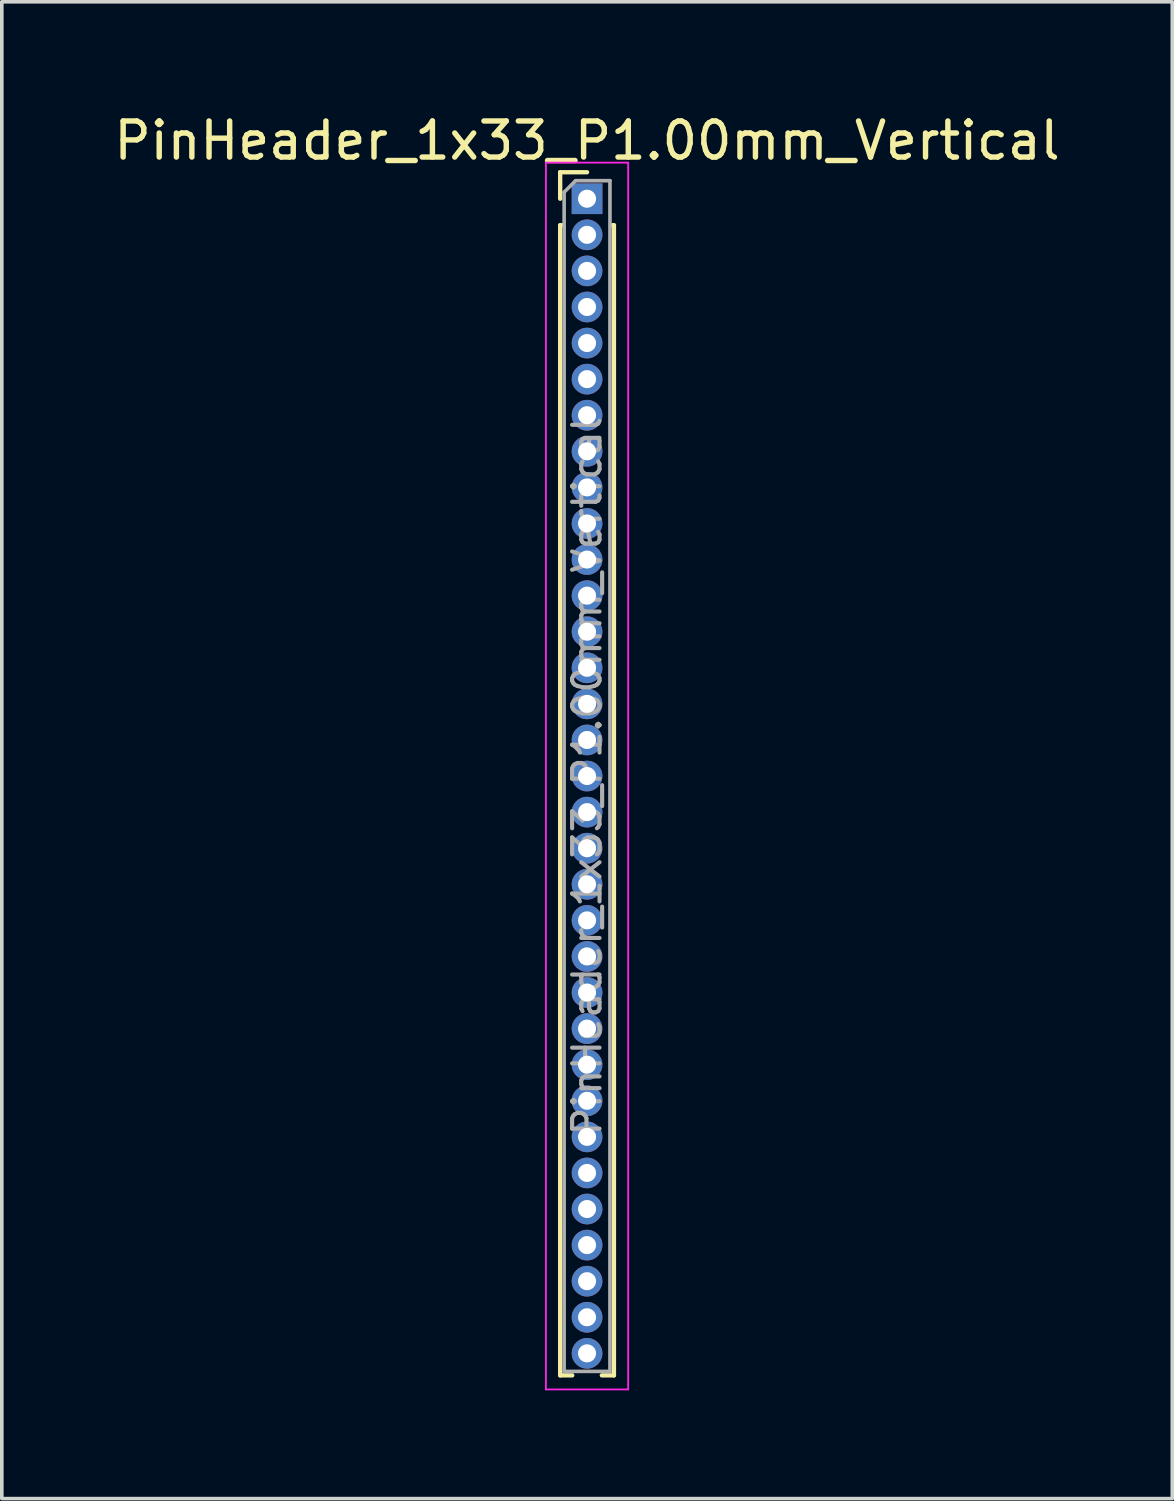
<source format=kicad_pcb>
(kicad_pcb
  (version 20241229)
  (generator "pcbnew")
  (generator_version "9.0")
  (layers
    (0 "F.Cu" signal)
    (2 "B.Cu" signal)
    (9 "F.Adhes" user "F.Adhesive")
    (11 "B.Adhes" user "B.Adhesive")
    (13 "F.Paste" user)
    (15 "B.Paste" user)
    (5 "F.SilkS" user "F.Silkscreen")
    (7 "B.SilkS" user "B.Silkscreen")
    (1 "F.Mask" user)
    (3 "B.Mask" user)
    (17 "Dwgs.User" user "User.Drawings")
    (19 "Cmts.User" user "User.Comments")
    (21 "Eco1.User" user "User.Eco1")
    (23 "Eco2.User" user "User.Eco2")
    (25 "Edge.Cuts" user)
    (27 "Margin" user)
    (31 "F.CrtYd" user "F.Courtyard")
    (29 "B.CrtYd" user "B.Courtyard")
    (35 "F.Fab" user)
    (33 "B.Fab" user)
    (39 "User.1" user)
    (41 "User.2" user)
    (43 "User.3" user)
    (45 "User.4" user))
  (footprint "PinHeader_1x33_P1.00mm_Vertical"
    (layer "F.Cu")
    (at 13.22 2.458)
    (property "Reference" "PinHeader_1x33_P1.00mm_Vertical" (at 0 -1.61 0) (layer "F.SilkS") (effects (font (size 1 1) (thickness 0.15))))
    (attr through_hole)
    (fp_line (start -0.745 -0.735) (end 0 -0.735) (stroke (width 0.12) (type solid)) (layer "F.SilkS"))
    (fp_line (start -0.745 0) (end -0.745 -0.735) (stroke (width 0.12) (type solid)) (layer "F.SilkS"))
    (fp_line (start -0.745 0.735) (end -0.745 32.61) (stroke (width 0.12) (type solid)) (layer "F.SilkS"))
    (fp_line (start -0.745 0.735) (end -0.686 0.735) (stroke (width 0.12) (type solid)) (layer "F.SilkS"))
    (fp_line (start -0.745 32.61) (end -0.41 32.61) (stroke (width 0.12) (type solid)) (layer "F.SilkS"))
    (fp_line (start 0.41 32.61) (end 0.745 32.61) (stroke (width 0.12) (type solid)) (layer "F.SilkS"))
    (fp_line (start 0.686 0.735) (end 0.745 0.735) (stroke (width 0.12) (type solid)) (layer "F.SilkS"))
    (fp_line (start 0.745 0.735) (end 0.745 32.61) (stroke (width 0.12) (type solid)) (layer "F.SilkS"))
    (fp_line (start -1.14 -1) (end -1.14 33) (stroke (width 0.05) (type solid)) (layer "F.CrtYd"))
    (fp_line (start -1.14 33) (end 1.14 33) (stroke (width 0.05) (type solid)) (layer "F.CrtYd"))
    (fp_line (start 1.14 -1) (end -1.14 -1) (stroke (width 0.05) (type solid)) (layer "F.CrtYd"))
    (fp_line (start 1.14 33) (end 1.14 -1) (stroke (width 0.05) (type solid)) (layer "F.CrtYd"))
    (fp_line (start -0.635 -0.182) (end -0.318 -0.5) (stroke (width 0.1) (type solid)) (layer "F.Fab"))
    (fp_line (start -0.635 32.5) (end -0.635 -0.182) (stroke (width 0.1) (type solid)) (layer "F.Fab"))
    (fp_line (start -0.318 -0.5) (end 0.635 -0.5) (stroke (width 0.1) (type solid)) (layer "F.Fab"))
    (fp_line (start 0.635 -0.5) (end 0.635 32.5) (stroke (width 0.1) (type solid)) (layer "F.Fab"))
    (fp_line (start 0.635 32.5) (end -0.635 32.5) (stroke (width 0.1) (type solid)) (layer "F.Fab"))
    (fp_text user "${REFERENCE}" (at 0 16 90) (layer "F.Fab") (effects (font (size 0.76 0.76) (thickness 0.114))))
    (pad "1" thru_hole rect (at 0 0) (size 0.85 0.85) (drill 0.5) (layers "*.Cu" "*.Mask"))
    (pad "2" thru_hole circle (at 0 1) (size 0.85 0.85) (drill 0.5) (layers "*.Cu" "*.Mask"))
    (pad "3" thru_hole circle (at 0 2) (size 0.85 0.85) (drill 0.5) (layers "*.Cu" "*.Mask"))
    (pad "4" thru_hole circle (at 0 3) (size 0.85 0.85) (drill 0.5) (layers "*.Cu" "*.Mask"))
    (pad "5" thru_hole circle (at 0 4) (size 0.85 0.85) (drill 0.5) (layers "*.Cu" "*.Mask"))
    (pad "6" thru_hole circle (at 0 5) (size 0.85 0.85) (drill 0.5) (layers "*.Cu" "*.Mask"))
    (pad "7" thru_hole circle (at 0 6) (size 0.85 0.85) (drill 0.5) (layers "*.Cu" "*.Mask"))
    (pad "8" thru_hole circle (at 0 7) (size 0.85 0.85) (drill 0.5) (layers "*.Cu" "*.Mask"))
    (pad "9" thru_hole circle (at 0 8) (size 0.85 0.85) (drill 0.5) (layers "*.Cu" "*.Mask"))
    (pad "10" thru_hole circle (at 0 9) (size 0.85 0.85) (drill 0.5) (layers "*.Cu" "*.Mask"))
    (pad "11" thru_hole circle (at 0 10) (size 0.85 0.85) (drill 0.5) (layers "*.Cu" "*.Mask"))
    (pad "12" thru_hole circle (at 0 11) (size 0.85 0.85) (drill 0.5) (layers "*.Cu" "*.Mask"))
    (pad "13" thru_hole circle (at 0 12) (size 0.85 0.85) (drill 0.5) (layers "*.Cu" "*.Mask"))
    (pad "14" thru_hole circle (at 0 13) (size 0.85 0.85) (drill 0.5) (layers "*.Cu" "*.Mask"))
    (pad "15" thru_hole circle (at 0 14) (size 0.85 0.85) (drill 0.5) (layers "*.Cu" "*.Mask"))
    (pad "16" thru_hole circle (at 0 15) (size 0.85 0.85) (drill 0.5) (layers "*.Cu" "*.Mask"))
    (pad "17" thru_hole circle (at 0 16) (size 0.85 0.85) (drill 0.5) (layers "*.Cu" "*.Mask"))
    (pad "18" thru_hole circle (at 0 17) (size 0.85 0.85) (drill 0.5) (layers "*.Cu" "*.Mask"))
    (pad "19" thru_hole circle (at 0 18) (size 0.85 0.85) (drill 0.5) (layers "*.Cu" "*.Mask"))
    (pad "20" thru_hole circle (at 0 19) (size 0.85 0.85) (drill 0.5) (layers "*.Cu" "*.Mask"))
    (pad "21" thru_hole circle (at 0 20) (size 0.85 0.85) (drill 0.5) (layers "*.Cu" "*.Mask"))
    (pad "22" thru_hole circle (at 0 21) (size 0.85 0.85) (drill 0.5) (layers "*.Cu" "*.Mask"))
    (pad "23" thru_hole circle (at 0 22) (size 0.85 0.85) (drill 0.5) (layers "*.Cu" "*.Mask"))
    (pad "24" thru_hole circle (at 0 23) (size 0.85 0.85) (drill 0.5) (layers "*.Cu" "*.Mask"))
    (pad "25" thru_hole circle (at 0 24) (size 0.85 0.85) (drill 0.5) (layers "*.Cu" "*.Mask"))
    (pad "26" thru_hole circle (at 0 25) (size 0.85 0.85) (drill 0.5) (layers "*.Cu" "*.Mask"))
    (pad "27" thru_hole circle (at 0 26) (size 0.85 0.85) (drill 0.5) (layers "*.Cu" "*.Mask"))
    (pad "28" thru_hole circle (at 0 27) (size 0.85 0.85) (drill 0.5) (layers "*.Cu" "*.Mask"))
    (pad "29" thru_hole circle (at 0 28) (size 0.85 0.85) (drill 0.5) (layers "*.Cu" "*.Mask"))
    (pad "30" thru_hole circle (at 0 29) (size 0.85 0.85) (drill 0.5) (layers "*.Cu" "*.Mask"))
    (pad "31" thru_hole circle (at 0 30) (size 0.85 0.85) (drill 0.5) (layers "*.Cu" "*.Mask"))
    (pad "32" thru_hole circle (at 0 31) (size 0.85 0.85) (drill 0.5) (layers "*.Cu" "*.Mask"))
    (pad "33" thru_hole circle (at 0 32) (size 0.85 0.85) (drill 0.5) (layers "*.Cu" "*.Mask")))
  (gr_rect
    (start -3 -3)
    (end 29.44 38.483)
    (stroke (width 0.1) (type default))
    (fill no)
    (layer "Edge.Cuts")))
</source>
